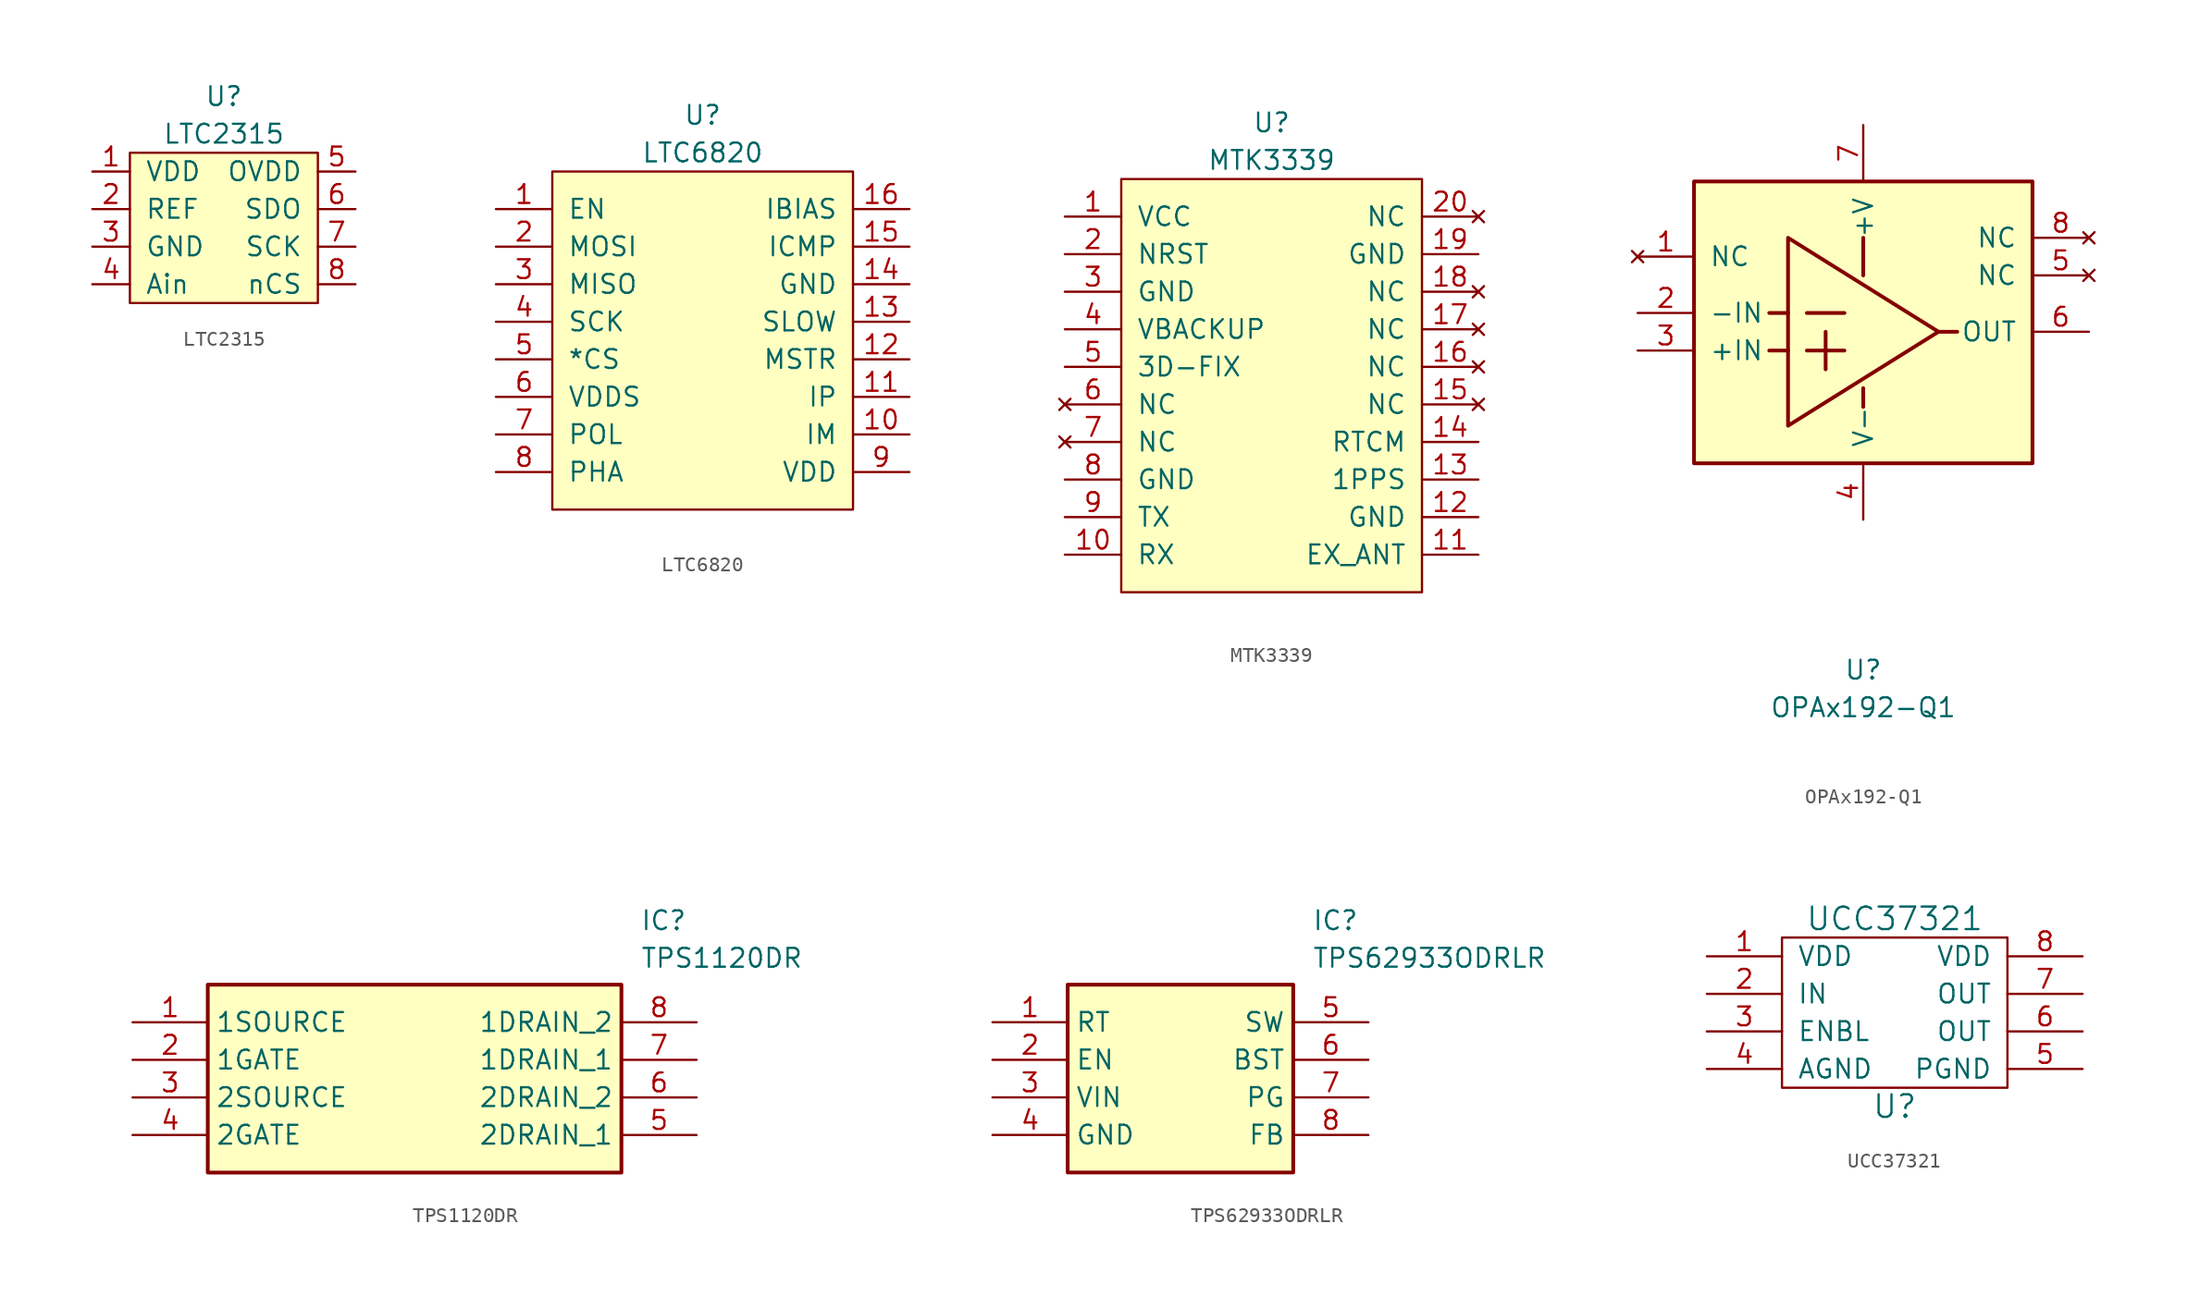
<source format=kicad_sym>
(kicad_symbol_lib
  (version 20231120)
  (generator "kicad_symbol_editor")
  (generator_version "8.0")
  (symbol "LTC2315"
    (pin_names
      (offset 1.016))
    (property "Reference" "U"
      (at 2.54 8.89 0)
      (effects (font (size 1.27 1.27))))
    (property "Value" "LTC2315"
      (at 2.54 6.35 0)
      (effects (font (size 1.27 1.27))))
    (symbol "LTC2315_0_1"
      (rectangle (start -3.81 5.08) (end 8.89 -5.08) (stroke (width 0) (type solid)) (fill (type background))))
    (symbol "LTC2315_1_1"
      (pin power_in line (at -6.35 3.81 0) (length 2.54) (name "VDD" (effects (font (size 1.27 1.27)))) (number "1" (effects (font (size 1.27 1.27)))))
      (pin bidirectional line (at -6.35 1.27 0) (length 2.54) (name "REF" (effects (font (size 1.27 1.27)))) (number "2" (effects (font (size 1.27 1.27)))))
      (pin power_in line (at -6.35 -1.27 0) (length 2.54) (name "GND" (effects (font (size 1.27 1.27)))) (number "3" (effects (font (size 1.27 1.27)))))
      (pin input line (at -6.35 -3.81 0) (length 2.54) (name "Ain" (effects (font (size 1.27 1.27)))) (number "4" (effects (font (size 1.27 1.27)))))
      (pin power_in line (at 11.43 3.81 180) (length 2.54) (name "OVDD" (effects (font (size 1.27 1.27)))) (number "5" (effects (font (size 1.27 1.27)))))
      (pin input line (at 11.43 1.27 180) (length 2.54) (name "SDO" (effects (font (size 1.27 1.27)))) (number "6" (effects (font (size 1.27 1.27)))))
      (pin input line (at 11.43 -1.27 180) (length 2.54) (name "SCK" (effects (font (size 1.27 1.27)))) (number "7" (effects (font (size 1.27 1.27)))))
      (pin input line (at 11.43 -3.81 180) (length 2.54) (name "nCS" (effects (font (size 1.27 1.27)))) (number "8" (effects (font (size 1.27 1.27)))))))
  (symbol "LTC6820"
    (pin_names
      (offset 1.016))
    (property "Reference" "U"
      (at 0 3.81 0)
      (effects (font (size 1.27 1.27))))
    (property "Value" "LTC6820"
      (at 0 1.27 0)
      (effects (font (size 1.27 1.27))))
    (symbol "LTC6820_0_1"
      (rectangle (start -10.16 0) (end 10.16 -22.86) (stroke (width 0) (type solid)) (fill (type background))))
    (symbol "LTC6820_1_1"
      (pin input line (at -13.97 -2.54 0) (length 3.81) (name "EN" (effects (font (size 1.27 1.27)))) (number "1" (effects (font (size 1.27 1.27)))))
      (pin bidirectional line (at 13.97 -17.78 180) (length 3.81) (name "IM" (effects (font (size 1.27 1.27)))) (number "10" (effects (font (size 1.27 1.27)))))
      (pin bidirectional line (at 13.97 -15.24 180) (length 3.81) (name "IP" (effects (font (size 1.27 1.27)))) (number "11" (effects (font (size 1.27 1.27)))))
      (pin input line (at 13.97 -12.7 180) (length 3.81) (name "MSTR" (effects (font (size 1.27 1.27)))) (number "12" (effects (font (size 1.27 1.27)))))
      (pin input line (at 13.97 -10.16 180) (length 3.81) (name "SLOW" (effects (font (size 1.27 1.27)))) (number "13" (effects (font (size 1.27 1.27)))))
      (pin power_in line (at 13.97 -7.62 180) (length 3.81) (name "GND" (effects (font (size 1.27 1.27)))) (number "14" (effects (font (size 1.27 1.27)))))
      (pin input line (at 13.97 -5.08 180) (length 3.81) (name "ICMP" (effects (font (size 1.27 1.27)))) (number "15" (effects (font (size 1.27 1.27)))))
      (pin input line (at 13.97 -2.54 180) (length 3.81) (name "IBIAS" (effects (font (size 1.27 1.27)))) (number "16" (effects (font (size 1.27 1.27)))))
      (pin bidirectional line (at -13.97 -5.08 0) (length 3.81) (name "MOSI" (effects (font (size 1.27 1.27)))) (number "2" (effects (font (size 1.27 1.27)))))
      (pin bidirectional line (at -13.97 -7.62 0) (length 3.81) (name "MISO" (effects (font (size 1.27 1.27)))) (number "3" (effects (font (size 1.27 1.27)))))
      (pin bidirectional line (at -13.97 -10.16 0) (length 3.81) (name "SCK" (effects (font (size 1.27 1.27)))) (number "4" (effects (font (size 1.27 1.27)))))
      (pin bidirectional line (at -13.97 -12.7 0) (length 3.81) (name "*CS" (effects (font (size 1.27 1.27)))) (number "5" (effects (font (size 1.27 1.27)))))
      (pin power_in line (at -13.97 -15.24 0) (length 3.81) (name "VDDS" (effects (font (size 1.27 1.27)))) (number "6" (effects (font (size 1.27 1.27)))))
      (pin input line (at -13.97 -17.78 0) (length 3.81) (name "POL" (effects (font (size 1.27 1.27)))) (number "7" (effects (font (size 1.27 1.27)))))
      (pin input line (at -13.97 -20.32 0) (length 3.81) (name "PHA" (effects (font (size 1.27 1.27)))) (number "8" (effects (font (size 1.27 1.27)))))
      (pin power_in line (at 13.97 -20.32 180) (length 3.81) (name "VDD" (effects (font (size 1.27 1.27)))) (number "9" (effects (font (size 1.27 1.27)))))))
  (symbol "MTK3339"
    (pin_names
      (offset 1.016))
    (property "Reference" "U"
      (at 0 3.81 0)
      (effects (font (size 1.27 1.27))))
    (property "Value" "MTK3339"
      (at 0 1.27 0)
      (effects (font (size 1.27 1.27))))
    (symbol "MTK3339_0_1"
      (rectangle (start -10.16 0) (end 10.16 -27.94) (stroke (width 0) (type solid)) (fill (type background))))
    (symbol "MTK3339_1_1"
      (pin power_in line (at -13.97 -2.54 0) (length 3.81) (name "VCC" (effects (font (size 1.27 1.27)))) (number "1" (effects (font (size 1.27 1.27)))))
      (pin input line (at -13.97 -25.4 0) (length 3.81) (name "RX" (effects (font (size 1.27 1.27)))) (number "10" (effects (font (size 1.27 1.27)))))
      (pin input line (at 13.97 -25.4 180) (length 3.81) (name "EX_ANT" (effects (font (size 1.27 1.27)))) (number "11" (effects (font (size 1.27 1.27)))))
      (pin power_in line (at 13.97 -22.86 180) (length 3.81) (name "GND" (effects (font (size 1.27 1.27)))) (number "12" (effects (font (size 1.27 1.27)))))
      (pin output line (at 13.97 -20.32 180) (length 3.81) (name "1PPS" (effects (font (size 1.27 1.27)))) (number "13" (effects (font (size 1.27 1.27)))))
      (pin input line (at 13.97 -17.78 180) (length 3.81) (name "RTCM" (effects (font (size 1.27 1.27)))) (number "14" (effects (font (size 1.27 1.27)))))
      (pin no_connect line (at 13.97 -15.24 180) (length 3.81) (name "NC" (effects (font (size 1.27 1.27)))) (number "15" (effects (font (size 1.27 1.27)))))
      (pin no_connect line (at 13.97 -12.7 180) (length 3.81) (name "NC" (effects (font (size 1.27 1.27)))) (number "16" (effects (font (size 1.27 1.27)))))
      (pin no_connect line (at 13.97 -10.16 180) (length 3.81) (name "NC" (effects (font (size 1.27 1.27)))) (number "17" (effects (font (size 1.27 1.27)))))
      (pin no_connect line (at 13.97 -7.62 180) (length 3.81) (name "NC" (effects (font (size 1.27 1.27)))) (number "18" (effects (font (size 1.27 1.27)))))
      (pin power_in line (at 13.97 -5.08 180) (length 3.81) (name "GND" (effects (font (size 1.27 1.27)))) (number "19" (effects (font (size 1.27 1.27)))))
      (pin input line (at -13.97 -5.08 0) (length 3.81) (name "NRST" (effects (font (size 1.27 1.27)))) (number "2" (effects (font (size 1.27 1.27)))))
      (pin no_connect line (at 13.97 -2.54 180) (length 3.81) (name "NC" (effects (font (size 1.27 1.27)))) (number "20" (effects (font (size 1.27 1.27)))))
      (pin power_in line (at -13.97 -7.62 0) (length 3.81) (name "GND" (effects (font (size 1.27 1.27)))) (number "3" (effects (font (size 1.27 1.27)))))
      (pin power_in line (at -13.97 -10.16 0) (length 3.81) (name "VBACKUP" (effects (font (size 1.27 1.27)))) (number "4" (effects (font (size 1.27 1.27)))))
      (pin output line (at -13.97 -12.7 0) (length 3.81) (name "3D-FIX" (effects (font (size 1.27 1.27)))) (number "5" (effects (font (size 1.27 1.27)))))
      (pin no_connect line (at -13.97 -15.24 0) (length 3.81) (name "NC" (effects (font (size 1.27 1.27)))) (number "6" (effects (font (size 1.27 1.27)))))
      (pin no_connect line (at -13.97 -17.78 0) (length 3.81) (name "NC" (effects (font (size 1.27 1.27)))) (number "7" (effects (font (size 1.27 1.27)))))
      (pin power_in line (at -13.97 -20.32 0) (length 3.81) (name "GND" (effects (font (size 1.27 1.27)))) (number "8" (effects (font (size 1.27 1.27)))))
      (pin output line (at -13.97 -22.86 0) (length 3.81) (name "TX" (effects (font (size 1.27 1.27)))) (number "9" (effects (font (size 1.27 1.27)))))))
  (symbol "OPAx192-Q1"
    (pin_names
      (offset 1.016))
    (property "Reference" "U"
      (at 0 2.54 0)
      (effects (font (size 1.27 1.27))))
    (property "Value" "OPAx192-Q1"
      (at 0 0 0)
      (effects (font (size 1.27 1.27))))
    (symbol "OPAx192-Q1_0_1"
      (rectangle (start -11.43 35.56) (end 11.43 16.51) (stroke (width 0.254) (type solid)) (fill (type background)))
      (polyline (pts (xy -6.35 24.13) (xy -5.08 24.13)) (stroke (width 0.254) (type solid)) (fill (type none)))
      (polyline (pts (xy -6.35 26.67) (xy -5.08 26.67)) (stroke (width 0.254) (type solid)) (fill (type none)))
      (polyline (pts (xy -3.81 26.67) (xy -1.27 26.67)) (stroke (width 0.254) (type solid)) (fill (type none)))
      (polyline (pts (xy -2.54 25.4) (xy -2.54 22.86)) (stroke (width 0.254) (type solid)) (fill (type none)))
      (polyline (pts (xy 0 20.32) (xy 0 21.59)) (stroke (width 0.254) (type solid)) (fill (type none)))
      (polyline (pts (xy 0 31.75) (xy 0 29.21)) (stroke (width 0.254) (type solid)) (fill (type none)))
      (polyline (pts (xy 5.08 25.4) (xy 6.35 25.4)) (stroke (width 0.254) (type solid)) (fill (type none)))
      (polyline (pts (xy -5.08 31.75) (xy -5.08 19.05) (xy 5.08 25.4) (xy -5.08 31.75)) (stroke (width 0.254) (type solid)) (fill (type none)))
      (polyline (pts (xy -2.54 24.13) (xy -3.81 24.13) (xy -2.54 24.13) (xy -1.27 24.13)) (stroke (width 0.254) (type solid)) (fill (type none))))
    (symbol "OPAx192-Q1_1_1"
      (pin no_connect line (at -15.24 30.48 0) (length 3.81) (name "NC" (effects (font (size 1.27 1.27)))) (number "1" (effects (font (size 1.27 1.27)))))
      (pin input line (at -15.24 26.67 0) (length 3.81) (name "-IN" (effects (font (size 1.27 1.27)))) (number "2" (effects (font (size 1.27 1.27)))))
      (pin input line (at -15.24 24.13 0) (length 3.81) (name "+IN" (effects (font (size 1.27 1.27)))) (number "3" (effects (font (size 1.27 1.27)))))
      (pin power_in line (at 0 12.7 90) (length 3.81) (name "V-" (effects (font (size 1.27 1.27)))) (number "4" (effects (font (size 1.27 1.27)))))
      (pin no_connect line (at 15.24 29.21 180) (length 3.81) (name "NC" (effects (font (size 1.27 1.27)))) (number "5" (effects (font (size 1.27 1.27)))))
      (pin output line (at 15.24 25.4 180) (length 3.81) (name "OUT" (effects (font (size 1.27 1.27)))) (number "6" (effects (font (size 1.27 1.27)))))
      (pin power_in line (at 0 39.37 270) (length 3.81) (name "+V" (effects (font (size 1.27 1.27)))) (number "7" (effects (font (size 1.27 1.27)))))
      (pin no_connect line (at 15.24 31.75 180) (length 3.81) (name "NC" (effects (font (size 1.27 1.27)))) (number "8" (effects (font (size 1.27 1.27)))))))
  (symbol "TPS1120DR"
    (property "Reference" "IC"
      (at 34.29 7.62 0)
      (effects (font (size 1.27 1.27)) (justify left top)))
    (property "Value" "TPS1120DR"
      (at 34.29 5.08 0)
      (effects (font (size 1.27 1.27)) (justify left top)))
    (symbol "TPS1120DR_1_1"
      (rectangle (start 5.08 2.54) (end 33.02 -10.16) (stroke (width 0.254) (type default)) (fill (type background)))
      (pin passive line (at 0 0 0) (length 5.08) (name "1SOURCE" (effects (font (size 1.27 1.27)))) (number "1" (effects (font (size 1.27 1.27)))))
      (pin passive line (at 0 -2.54 0) (length 5.08) (name "1GATE" (effects (font (size 1.27 1.27)))) (number "2" (effects (font (size 1.27 1.27)))))
      (pin passive line (at 0 -5.08 0) (length 5.08) (name "2SOURCE" (effects (font (size 1.27 1.27)))) (number "3" (effects (font (size 1.27 1.27)))))
      (pin passive line (at 0 -7.62 0) (length 5.08) (name "2GATE" (effects (font (size 1.27 1.27)))) (number "4" (effects (font (size 1.27 1.27)))))
      (pin passive line (at 38.1 -7.62 180) (length 5.08) (name "2DRAIN_1" (effects (font (size 1.27 1.27)))) (number "5" (effects (font (size 1.27 1.27)))))
      (pin passive line (at 38.1 -5.08 180) (length 5.08) (name "2DRAIN_2" (effects (font (size 1.27 1.27)))) (number "6" (effects (font (size 1.27 1.27)))))
      (pin passive line (at 38.1 -2.54 180) (length 5.08) (name "1DRAIN_1" (effects (font (size 1.27 1.27)))) (number "7" (effects (font (size 1.27 1.27)))))
      (pin passive line (at 38.1 0 180) (length 5.08) (name "1DRAIN_2" (effects (font (size 1.27 1.27)))) (number "8" (effects (font (size 1.27 1.27)))))))
  (symbol "TPS62933ODRLR"
    (property "Reference" "IC"
      (at 21.59 7.62 0)
      (effects (font (size 1.27 1.27)) (justify left top)))
    (property "Value" "TPS62933ODRLR"
      (at 21.59 5.08 0)
      (effects (font (size 1.27 1.27)) (justify left top)))
    (symbol "TPS62933ODRLR_1_1"
      (rectangle (start 5.08 2.54) (end 20.32 -10.16) (stroke (width 0.254) (type default)) (fill (type background)))
      (pin passive line (at 0 0 0) (length 5.08) (name "RT" (effects (font (size 1.27 1.27)))) (number "1" (effects (font (size 1.27 1.27)))))
      (pin passive line (at 0 -2.54 0) (length 5.08) (name "EN" (effects (font (size 1.27 1.27)))) (number "2" (effects (font (size 1.27 1.27)))))
      (pin passive line (at 0 -5.08 0) (length 5.08) (name "VIN" (effects (font (size 1.27 1.27)))) (number "3" (effects (font (size 1.27 1.27)))))
      (pin passive line (at 0 -7.62 0) (length 5.08) (name "GND" (effects (font (size 1.27 1.27)))) (number "4" (effects (font (size 1.27 1.27)))))
      (pin passive line (at 25.4 0 180) (length 5.08) (name "SW" (effects (font (size 1.27 1.27)))) (number "5" (effects (font (size 1.27 1.27)))))
      (pin passive line (at 25.4 -2.54 180) (length 5.08) (name "BST" (effects (font (size 1.27 1.27)))) (number "6" (effects (font (size 1.27 1.27)))))
      (pin passive line (at 25.4 -5.08 180) (length 5.08) (name "PG" (effects (font (size 1.27 1.27)))) (number "7" (effects (font (size 1.27 1.27)))))
      (pin passive line (at 25.4 -7.62 180) (length 5.08) (name "FB" (effects (font (size 1.27 1.27)))) (number "8" (effects (font (size 1.27 1.27)))))))
  (symbol "UCC37321"
    (pin_names
      (offset 1.016))
    (property "Reference" "U"
      (at 0 -6.35 0)
      (effects (font (size 1.524 1.524))))
    (property "Value" "UCC37321"
      (at 0 6.35 0)
      (effects (font (size 1.524 1.524))))
    (symbol "UCC37321_0_1"
      (rectangle (start -7.62 5.08) (end 7.62 -5.08) (stroke (width 0) (type solid)) (fill (type none))))
    (symbol "UCC37321_1_1"
      (pin power_in line (at -12.7 3.81 0) (length 5.08) (name "VDD" (effects (font (size 1.27 1.27)))) (number "1" (effects (font (size 1.27 1.27)))))
      (pin input line (at -12.7 1.27 0) (length 5.08) (name "IN" (effects (font (size 1.27 1.27)))) (number "2" (effects (font (size 1.27 1.27)))))
      (pin input line (at -12.7 -1.27 0) (length 5.08) (name "ENBL" (effects (font (size 1.27 1.27)))) (number "3" (effects (font (size 1.27 1.27)))))
      (pin power_in line (at -12.7 -3.81 0) (length 5.08) (name "AGND" (effects (font (size 1.27 1.27)))) (number "4" (effects (font (size 1.27 1.27)))))
      (pin power_in line (at 12.7 -3.81 180) (length 5.08) (name "PGND" (effects (font (size 1.27 1.27)))) (number "5" (effects (font (size 1.27 1.27)))))
      (pin output line (at 12.7 -1.27 180) (length 5.08) (name "OUT" (effects (font (size 1.27 1.27)))) (number "6" (effects (font (size 1.27 1.27)))))
      (pin output line (at 12.7 1.27 180) (length 5.08) (name "OUT" (effects (font (size 1.27 1.27)))) (number "7" (effects (font (size 1.27 1.27)))))
      (pin power_in line (at 12.7 3.81 180) (length 5.08) (name "VDD" (effects (font (size 1.27 1.27)))) (number "8" (effects (font (size 1.27 1.27))))))))
</source>
